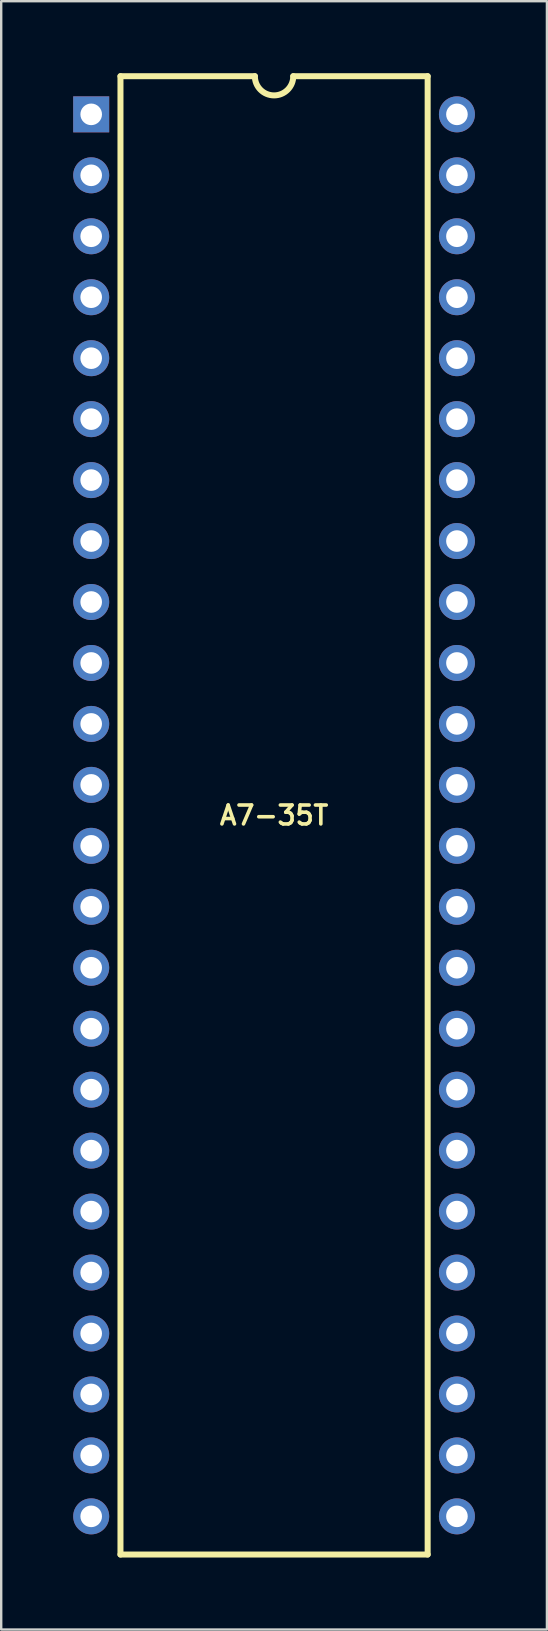
<source format=kicad_pcb>
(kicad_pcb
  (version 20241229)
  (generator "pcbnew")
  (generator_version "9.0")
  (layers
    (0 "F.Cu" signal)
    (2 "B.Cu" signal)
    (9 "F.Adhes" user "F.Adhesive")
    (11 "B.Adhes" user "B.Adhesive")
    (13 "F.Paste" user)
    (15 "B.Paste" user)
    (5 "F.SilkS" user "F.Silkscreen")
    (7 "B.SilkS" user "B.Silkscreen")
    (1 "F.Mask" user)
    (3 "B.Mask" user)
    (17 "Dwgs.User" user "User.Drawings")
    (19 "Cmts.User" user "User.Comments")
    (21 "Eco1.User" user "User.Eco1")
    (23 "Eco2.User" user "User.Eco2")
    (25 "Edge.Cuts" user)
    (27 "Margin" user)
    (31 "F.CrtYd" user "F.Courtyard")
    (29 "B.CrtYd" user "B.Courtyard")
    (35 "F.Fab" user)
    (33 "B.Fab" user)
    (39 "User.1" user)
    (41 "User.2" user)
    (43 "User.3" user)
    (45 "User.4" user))
  (footprint "A7-35T"
    (layer "F.Cu")
    (at 8.37 30.925)
    (property "Reference" "A7-35T" (at 0 0 0) (layer "F.SilkS") (effects (font (size 0.787 0.787) (thickness 0.15))))
    (attr through_hole)
    (fp_line (start -6.4 -30.8) (end -6.4 30.8) (stroke (width 0.25) (type solid)) (layer "F.SilkS"))
    (fp_line (start -6.4 -30.8) (end -0.8 -30.8) (stroke (width 0.25) (type solid)) (layer "F.SilkS"))
    (fp_line (start -6.4 30.8) (end 6.4 30.8) (stroke (width 0.25) (type solid)) (layer "F.SilkS"))
    (fp_line (start 6.4 -30.8) (end 0.8 -30.8) (stroke (width 0.25) (type solid)) (layer "F.SilkS"))
    (fp_line (start 6.4 -30.8) (end 6.4 30.8) (stroke (width 0.25) (type solid)) (layer "F.SilkS"))
    (fp_arc (start 0.8 -30.8) (mid 0 -29.999372) (end -0.8 -30.800001) (stroke (width 0.25) (type solid)) (layer "F.SilkS"))
    (pad "1" thru_hole rect (at -7.62 -29.21) (size 1.5 1.5) (drill 0.9) (layers "*.Cu" "*.Mask"))
    (pad "2" thru_hole circle (at -7.62 -26.67) (size 1.5 1.5) (drill 0.9) (layers "*.Cu" "*.Mask"))
    (pad "3" thru_hole circle (at -7.62 -24.13) (size 1.5 1.5) (drill 0.9) (layers "*.Cu" "*.Mask"))
    (pad "4" thru_hole circle (at -7.62 -21.59) (size 1.5 1.5) (drill 0.9) (layers "*.Cu" "*.Mask"))
    (pad "5" thru_hole circle (at -7.62 -19.05) (size 1.5 1.5) (drill 0.9) (layers "*.Cu" "*.Mask"))
    (pad "6" thru_hole circle (at -7.62 -16.51) (size 1.5 1.5) (drill 0.9) (layers "*.Cu" "*.Mask"))
    (pad "7" thru_hole circle (at -7.62 -13.97) (size 1.5 1.5) (drill 0.9) (layers "*.Cu" "*.Mask"))
    (pad "8" thru_hole circle (at -7.62 -11.43) (size 1.5 1.5) (drill 0.9) (layers "*.Cu" "*.Mask"))
    (pad "9" thru_hole circle (at -7.62 -8.89) (size 1.5 1.5) (drill 0.9) (layers "*.Cu" "*.Mask"))
    (pad "10" thru_hole circle (at -7.62 -6.35) (size 1.5 1.5) (drill 0.9) (layers "*.Cu" "*.Mask"))
    (pad "11" thru_hole circle (at -7.62 -3.81) (size 1.5 1.5) (drill 0.9) (layers "*.Cu" "*.Mask"))
    (pad "12" thru_hole circle (at -7.62 -1.27) (size 1.5 1.5) (drill 0.9) (layers "*.Cu" "*.Mask"))
    (pad "13" thru_hole circle (at -7.62 1.27) (size 1.5 1.5) (drill 0.9) (layers "*.Cu" "*.Mask"))
    (pad "14" thru_hole circle (at -7.62 3.81) (size 1.5 1.5) (drill 0.9) (layers "*.Cu" "*.Mask"))
    (pad "15" thru_hole circle (at -7.62 6.35) (size 1.5 1.5) (drill 0.9) (layers "*.Cu" "*.Mask"))
    (pad "16" thru_hole circle (at -7.62 8.89) (size 1.5 1.5) (drill 0.9) (layers "*.Cu" "*.Mask"))
    (pad "17" thru_hole circle (at -7.62 11.43) (size 1.5 1.5) (drill 0.9) (layers "*.Cu" "*.Mask"))
    (pad "18" thru_hole circle (at -7.62 13.97) (size 1.5 1.5) (drill 0.9) (layers "*.Cu" "*.Mask"))
    (pad "19" thru_hole circle (at -7.62 16.51) (size 1.5 1.5) (drill 0.9) (layers "*.Cu" "*.Mask"))
    (pad "20" thru_hole circle (at -7.62 19.05) (size 1.5 1.5) (drill 0.9) (layers "*.Cu" "*.Mask"))
    (pad "21" thru_hole circle (at -7.62 21.59) (size 1.5 1.5) (drill 0.9) (layers "*.Cu" "*.Mask"))
    (pad "22" thru_hole circle (at -7.62 24.13) (size 1.5 1.5) (drill 0.9) (layers "*.Cu" "*.Mask"))
    (pad "23" thru_hole circle (at -7.62 26.67) (size 1.5 1.5) (drill 0.9) (layers "*.Cu" "*.Mask"))
    (pad "24" thru_hole circle (at -7.62 29.21) (size 1.5 1.5) (drill 0.9) (layers "*.Cu" "*.Mask"))
    (pad "25" thru_hole circle (at 7.62 29.21) (size 1.5 1.5) (drill 0.9) (layers "*.Cu" "*.Mask"))
    (pad "26" thru_hole circle (at 7.62 26.67) (size 1.5 1.5) (drill 0.9) (layers "*.Cu" "*.Mask"))
    (pad "27" thru_hole circle (at 7.62 24.13) (size 1.5 1.5) (drill 0.9) (layers "*.Cu" "*.Mask"))
    (pad "28" thru_hole circle (at 7.62 21.59) (size 1.5 1.5) (drill 0.9) (layers "*.Cu" "*.Mask"))
    (pad "29" thru_hole circle (at 7.62 19.05) (size 1.5 1.5) (drill 0.9) (layers "*.Cu" "*.Mask"))
    (pad "30" thru_hole circle (at 7.62 16.51) (size 1.5 1.5) (drill 0.9) (layers "*.Cu" "*.Mask"))
    (pad "31" thru_hole circle (at 7.62 13.97) (size 1.5 1.5) (drill 0.9) (layers "*.Cu" "*.Mask"))
    (pad "32" thru_hole circle (at 7.62 11.43) (size 1.5 1.5) (drill 0.9) (layers "*.Cu" "*.Mask"))
    (pad "33" thru_hole circle (at 7.62 8.89) (size 1.5 1.5) (drill 0.9) (layers "*.Cu" "*.Mask"))
    (pad "34" thru_hole circle (at 7.62 6.35) (size 1.5 1.5) (drill 0.9) (layers "*.Cu" "*.Mask"))
    (pad "35" thru_hole circle (at 7.62 3.81) (size 1.5 1.5) (drill 0.9) (layers "*.Cu" "*.Mask"))
    (pad "36" thru_hole circle (at 7.62 1.27) (size 1.5 1.5) (drill 0.9) (layers "*.Cu" "*.Mask"))
    (pad "37" thru_hole circle (at 7.62 -1.27) (size 1.5 1.5) (drill 0.9) (layers "*.Cu" "*.Mask"))
    (pad "38" thru_hole circle (at 7.62 -3.81) (size 1.5 1.5) (drill 0.9) (layers "*.Cu" "*.Mask"))
    (pad "39" thru_hole circle (at 7.62 -6.35) (size 1.5 1.5) (drill 0.9) (layers "*.Cu" "*.Mask"))
    (pad "40" thru_hole circle (at 7.62 -8.89) (size 1.5 1.5) (drill 0.9) (layers "*.Cu" "*.Mask"))
    (pad "41" thru_hole circle (at 7.62 -11.43) (size 1.5 1.5) (drill 0.9) (layers "*.Cu" "*.Mask"))
    (pad "42" thru_hole circle (at 7.62 -13.97) (size 1.5 1.5) (drill 0.9) (layers "*.Cu" "*.Mask"))
    (pad "43" thru_hole circle (at 7.62 -16.51) (size 1.5 1.5) (drill 0.9) (layers "*.Cu" "*.Mask"))
    (pad "44" thru_hole circle (at 7.62 -19.05) (size 1.5 1.5) (drill 0.9) (layers "*.Cu" "*.Mask"))
    (pad "45" thru_hole circle (at 7.62 -21.59) (size 1.5 1.5) (drill 0.9) (layers "*.Cu" "*.Mask"))
    (pad "46" thru_hole circle (at 7.62 -24.13) (size 1.5 1.5) (drill 0.9) (layers "*.Cu" "*.Mask"))
    (pad "47" thru_hole circle (at 7.62 -26.67) (size 1.5 1.5) (drill 0.9) (layers "*.Cu" "*.Mask"))
    (pad "48" thru_hole circle (at 7.62 -29.21) (size 1.5 1.5) (drill 0.9) (layers "*.Cu" "*.Mask")))
  (gr_rect
    (start -3 -3)
    (end 19.74 64.85)
    (stroke (width 0.1) (type default))
    (fill no)
    (layer "Edge.Cuts")))
</source>
